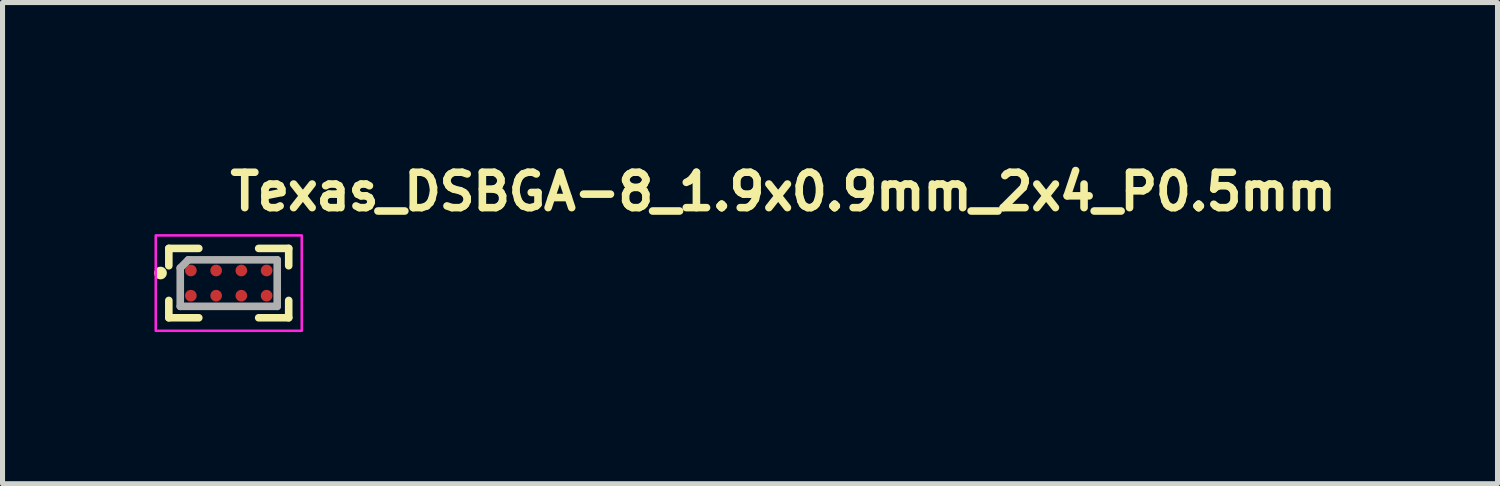
<source format=kicad_pcb>
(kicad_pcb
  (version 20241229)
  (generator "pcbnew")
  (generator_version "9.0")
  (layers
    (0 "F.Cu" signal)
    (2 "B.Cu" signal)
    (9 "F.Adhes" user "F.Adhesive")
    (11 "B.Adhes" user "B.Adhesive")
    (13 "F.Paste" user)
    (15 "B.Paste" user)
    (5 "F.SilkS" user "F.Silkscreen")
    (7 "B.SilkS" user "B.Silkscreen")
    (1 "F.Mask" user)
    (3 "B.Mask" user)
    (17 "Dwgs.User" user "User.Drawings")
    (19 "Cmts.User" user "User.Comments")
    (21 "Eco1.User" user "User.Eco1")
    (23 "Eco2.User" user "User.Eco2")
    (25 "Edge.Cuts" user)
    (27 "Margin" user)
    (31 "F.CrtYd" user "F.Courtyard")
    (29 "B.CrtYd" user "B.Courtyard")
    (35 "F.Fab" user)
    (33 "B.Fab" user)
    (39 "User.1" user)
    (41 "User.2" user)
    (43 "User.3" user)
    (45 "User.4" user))
  (footprint "Texas_DSBGA-8_1.9x0.9mm_2x4_P0.5mm"
    (layer "F.Cu")
    (at 1.475 2.55)
    (property "Reference" "Texas_DSBGA-8_1.9x0.9mm_2x4_P0.5mm" (at -0.05 -1.4 0) (layer "F.SilkS") (effects (font (size 0.7 0.7) (thickness 0.15)) (justify left bottom)))
    (attr smd)
    (fp_line (start -1.186 -0.687) (end -1.186 -0.344) (stroke (width 0.15) (type solid)) (layer "F.SilkS"))
    (fp_line (start -1.186 -0.687) (end -0.593 -0.687) (stroke (width 0.15) (type solid)) (layer "F.SilkS"))
    (fp_line (start -1.186 0.685) (end -1.186 0.342) (stroke (width 0.15) (type solid)) (layer "F.SilkS"))
    (fp_line (start -1.186 0.685) (end -0.593 0.685) (stroke (width 0.15) (type solid)) (layer "F.SilkS"))
    (fp_line (start 1.185 -0.687) (end 0.591 -0.687) (stroke (width 0.15) (type solid)) (layer "F.SilkS"))
    (fp_line (start 1.185 -0.687) (end 1.185 -0.344) (stroke (width 0.15) (type solid)) (layer "F.SilkS"))
    (fp_line (start 1.185 0.685) (end 0.591 0.685) (stroke (width 0.15) (type solid)) (layer "F.SilkS"))
    (fp_line (start 1.185 0.685) (end 1.185 0.342) (stroke (width 0.15) (type solid)) (layer "F.SilkS"))
    (fp_circle (center -1.35 -0.2) (end -1.3 -0.2) (stroke (width 0.15) (type solid)) (fill yes) (layer "F.SilkS"))
    (fp_rect (start -1.445 -0.944) (end 1.443 0.942) (stroke (width 0.05) (type solid)) (fill no) (layer "F.CrtYd"))
    (fp_line (start -0.96 0.459) (end -0.96 -0.3) (stroke (width 0.15) (type solid)) (layer "F.Fab"))
    (fp_line (start -0.8 -0.461) (end -0.96 -0.3) (stroke (width 0.15) (type solid)) (layer "F.Fab"))
    (fp_line (start 0.958 -0.461) (end -0.8 -0.461) (stroke (width 0.15) (type solid)) (layer "F.Fab"))
    (fp_line (start 0.958 0.459) (end -0.96 0.459) (stroke (width 0.15) (type solid)) (layer "F.Fab"))
    (fp_line (start 0.958 0.459) (end 0.958 -0.461) (stroke (width 0.15) (type solid)) (layer "F.Fab"))
    (fp_rect (start -0.945 -0.444) (end 0.943 0.442) (stroke (width 0.1) (type solid)) (fill no) (layer "User.5"))
    (fp_line (start -0.945 -0.444) (end -0.945 0.442) (stroke (width 0.02) (type solid)) (layer "User.9"))
    (fp_line (start -0.945 0.442) (end 0.943 0.442) (stroke (width 0.02) (type solid)) (layer "User.9"))
    (fp_line (start 0.943 -0.444) (end -0.945 -0.444) (stroke (width 0.02) (type solid)) (layer "User.9"))
    (fp_line (start 0.943 0.442) (end 0.943 -0.444) (stroke (width 0.02) (type solid)) (layer "User.9"))
    (pad "A1" smd circle (at -0.75 -0.25) (size 0.23 0.23) (layers "F.Cu" "F.Mask" "F.Paste"))
    (pad "A2" smd circle (at -0.75 0.248) (size 0.23 0.23) (layers "F.Cu" "F.Mask" "F.Paste"))
    (pad "B1" smd circle (at -0.25 -0.25) (size 0.23 0.23) (layers "F.Cu" "F.Mask" "F.Paste"))
    (pad "B2" smd circle (at -0.25 0.248) (size 0.23 0.23) (layers "F.Cu" "F.Mask" "F.Paste"))
    (pad "C1" smd circle (at 0.248 -0.25) (size 0.23 0.23) (layers "F.Cu" "F.Mask" "F.Paste"))
    (pad "C2" smd circle (at 0.248 0.248) (size 0.23 0.23) (layers "F.Cu" "F.Mask" "F.Paste"))
    (pad "D1" smd circle (at 0.748 -0.25) (size 0.23 0.23) (layers "F.Cu" "F.Mask" "F.Paste"))
    (pad "D2" smd circle (at 0.748 0.248) (size 0.23 0.23) (layers "F.Cu" "F.Mask" "F.Paste")))
  (gr_rect
    (start -3 -3)
    (end 26.568 6.517)
    (stroke (width 0.1) (type default))
    (fill no)
    (layer "Edge.Cuts")))
</source>
